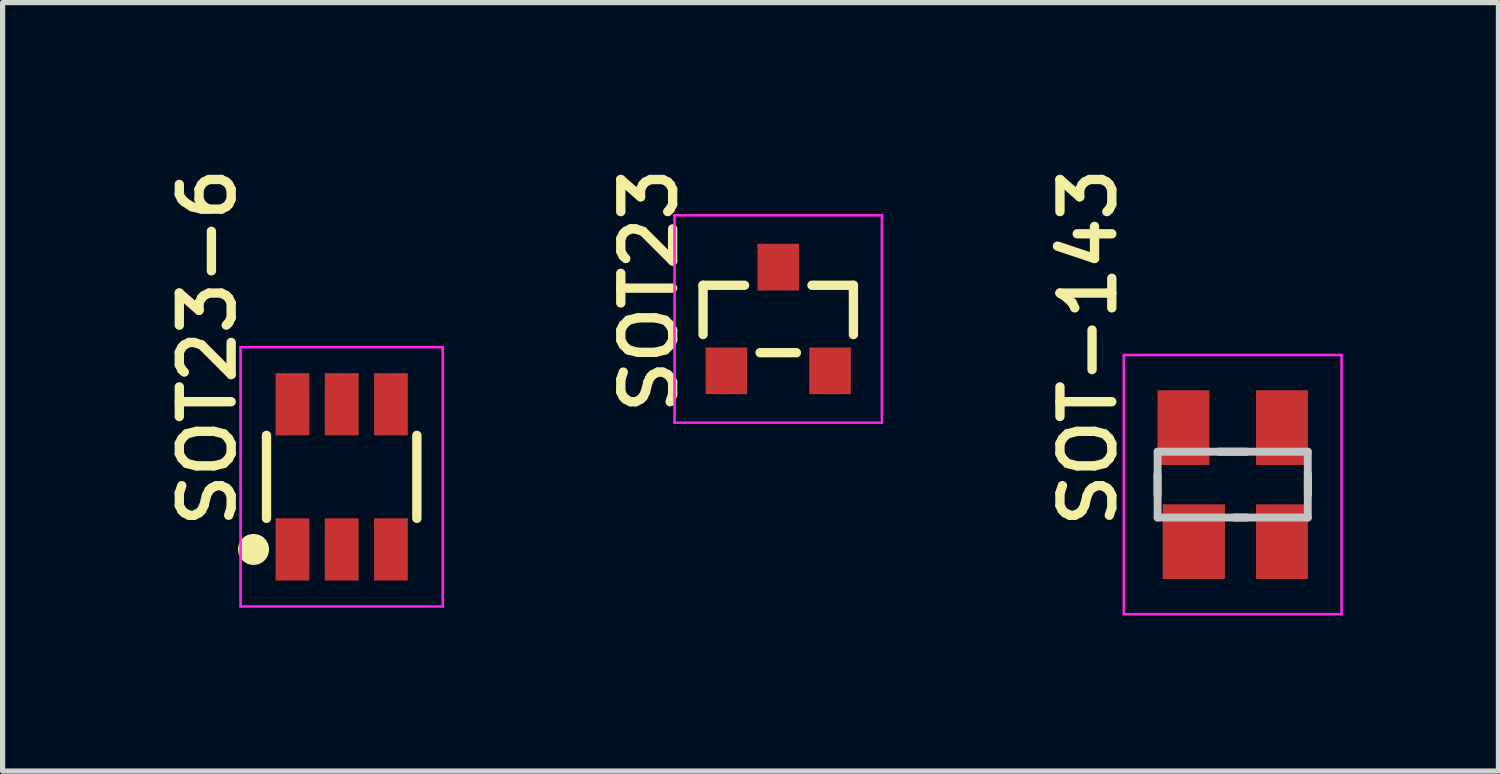
<source format=kicad_pcb>
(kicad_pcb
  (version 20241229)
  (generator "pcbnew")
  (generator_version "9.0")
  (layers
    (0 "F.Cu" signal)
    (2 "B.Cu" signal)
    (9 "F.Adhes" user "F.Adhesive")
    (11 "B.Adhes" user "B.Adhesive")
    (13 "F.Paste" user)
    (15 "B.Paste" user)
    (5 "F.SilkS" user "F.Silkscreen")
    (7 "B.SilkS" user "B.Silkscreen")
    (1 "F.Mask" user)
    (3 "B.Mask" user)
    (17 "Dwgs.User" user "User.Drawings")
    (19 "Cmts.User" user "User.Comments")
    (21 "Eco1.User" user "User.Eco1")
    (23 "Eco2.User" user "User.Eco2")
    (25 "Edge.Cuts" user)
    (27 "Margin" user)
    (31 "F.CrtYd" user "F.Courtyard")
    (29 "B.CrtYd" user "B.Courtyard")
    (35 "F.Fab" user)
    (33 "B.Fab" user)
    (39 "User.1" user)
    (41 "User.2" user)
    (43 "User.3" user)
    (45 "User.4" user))
  (footprint "SOT23"
    (layer "F.Cu")
    (at 11.96 3.102)
    (property "Reference" "SOT23" (at -1.905 1.905 90) (layer "F.SilkS") (effects (font (size 1 1) (thickness 0.18)) (justify left bottom)))
    (attr through_hole)
    (fp_line (start -1.45 -0.65) (end -1.45 0.3) (stroke (width 0.18) (type solid)) (layer "F.SilkS"))
    (fp_line (start -1.45 -0.65) (end -0.65 -0.65) (stroke (width 0.18) (type solid)) (layer "F.SilkS"))
    (fp_line (start -0.35 0.65) (end 0.35 0.65) (stroke (width 0.18) (type solid)) (layer "F.SilkS"))
    (fp_line (start 1.45 -0.65) (end 0.65 -0.65) (stroke (width 0.18) (type solid)) (layer "F.SilkS"))
    (fp_line (start 1.45 -0.65) (end 1.45 0.3) (stroke (width 0.18) (type solid)) (layer "F.SilkS"))
    (fp_line (start -2 -2) (end 2 -2) (stroke (width 0.05) (type solid)) (layer "F.CrtYd"))
    (fp_line (start -2 2) (end -2 -2) (stroke (width 0.05) (type solid)) (layer "F.CrtYd"))
    (fp_line (start 2 -2) (end 2 2) (stroke (width 0.05) (type solid)) (layer "F.CrtYd"))
    (fp_line (start 2 2) (end -2 2) (stroke (width 0.05) (type solid)) (layer "F.CrtYd"))
    (pad "1" smd rect (at -1 1) (size 0.8 0.9) (layers "F.Cu" "F.Mask" "F.Paste"))
    (pad "2" smd rect (at 1 1) (size 0.8 0.9) (layers "F.Cu" "F.Mask" "F.Paste"))
    (pad "3" smd rect (at 0 -1) (size 0.8 0.9) (layers "F.Cu" "F.Mask" "F.Paste")))
  (footprint "SOT-143"
    (layer "F.Cu")
    (at 20.725 6.297)
    (property "Reference" "SOT-143" (at -2.2 0.9 90) (layer "F.SilkS") (effects (font (size 1 1) (thickness 0.18)) (justify left bottom)))
    (attr through_hole)
    (fp_line (start -1.45 -0.2) (end -1.45 0.2) (stroke (width 0.152) (type solid)) (layer "F.SilkS"))
    (fp_line (start -0.265 -0.635) (end 0.265 -0.635) (stroke (width 0.152) (type solid)) (layer "F.SilkS"))
    (fp_line (start 0.035 0.635) (end 0.265 0.635) (stroke (width 0.152) (type solid)) (layer "F.SilkS"))
    (fp_line (start 1.45 -0.2) (end 1.45 0.2) (stroke (width 0.152) (type solid)) (layer "F.SilkS"))
    (fp_line (start -1.448 -0.635) (end 1.448 -0.635) (stroke (width 0.152) (type solid)) (layer "Dwgs.User"))
    (fp_line (start -1.448 0.635) (end -1.448 -0.635) (stroke (width 0.152) (type solid)) (layer "Dwgs.User"))
    (fp_line (start -1.448 0.635) (end 1.448 0.635) (stroke (width 0.152) (type solid)) (layer "Dwgs.User"))
    (fp_line (start 1.448 0.635) (end 1.448 -0.635) (stroke (width 0.152) (type solid)) (layer "Dwgs.User"))
    (fp_line (start -2.1 -2.5) (end 2.1 -2.5) (stroke (width 0.05) (type solid)) (layer "F.CrtYd"))
    (fp_line (start -2.1 2.5) (end -2.1 -2.5) (stroke (width 0.05) (type solid)) (layer "F.CrtYd"))
    (fp_line (start 2.1 -2.5) (end 2.1 2.5) (stroke (width 0.05) (type solid)) (layer "F.CrtYd"))
    (fp_line (start 2.1 2.5) (end -2.1 2.5) (stroke (width 0.05) (type solid)) (layer "F.CrtYd"))
    (pad "1" smd rect (at -0.75 1.1) (size 1.2 1.44) (layers "F.Cu" "F.Mask" "F.Paste"))
    (pad "2" smd rect (at 0.95 1.1) (size 1 1.44) (layers "F.Cu" "F.Mask" "F.Paste"))
    (pad "3" smd rect (at 0.95 -1.1) (size 1 1.44) (layers "F.Cu" "F.Mask" "F.Paste"))
    (pad "4" smd rect (at -0.95 -1.1) (size 1 1.44) (layers "F.Cu" "F.Mask" "F.Paste")))
  (footprint "SOT23-6"
    (layer "F.Cu")
    (at 3.54 6.147)
    (property "Reference" "SOT23-6" (at -2 1.05 90) (layer "F.SilkS") (effects (font (size 1 1) (thickness 0.18)) (justify left bottom)))
    (attr through_hole)
    (fp_line (start -1.45 0.8) (end -1.45 -0.8) (stroke (width 0.18) (type solid)) (layer "F.SilkS"))
    (fp_line (start 1.45 -0.8) (end 1.45 0.8) (stroke (width 0.18) (type solid)) (layer "F.SilkS"))
    (fp_circle (center -1.7 1.4) (end -1.55 1.4) (stroke (width 0.3) (type solid)) (fill no) (layer "F.SilkS"))
    (fp_line (start -1.95 -2.5) (end 1.95 -2.5) (stroke (width 0.05) (type solid)) (layer "F.CrtYd"))
    (fp_line (start -1.95 2.5) (end -1.95 -2.5) (stroke (width 0.05) (type solid)) (layer "F.CrtYd"))
    (fp_line (start 1.95 -2.5) (end 1.95 2.5) (stroke (width 0.05) (type solid)) (layer "F.CrtYd"))
    (fp_line (start 1.95 2.5) (end -1.95 2.5) (stroke (width 0.05) (type solid)) (layer "F.CrtYd"))
    (pad "1" smd rect (at -0.95 1.4) (size 0.65 1.2) (layers "F.Cu" "F.Mask" "F.Paste"))
    (pad "2" smd rect (at 0 1.4) (size 0.65 1.2) (layers "F.Cu" "F.Mask" "F.Paste"))
    (pad "3" smd rect (at 0.95 1.4) (size 0.65 1.2) (layers "F.Cu" "F.Mask" "F.Paste"))
    (pad "4" smd rect (at 0.95 -1.4) (size 0.65 1.2) (layers "F.Cu" "F.Mask" "F.Paste"))
    (pad "5" smd rect (at 0 -1.4) (size 0.65 1.2) (layers "F.Cu" "F.Mask" "F.Paste"))
    (pad "6" smd rect (at -0.95 -1.4) (size 0.65 1.2) (layers "F.Cu" "F.Mask" "F.Paste")))
  (gr_rect
    (start -3 -3)
    (end 25.85 11.822)
    (stroke (width 0.1) (type default))
    (fill no)
    (layer "Edge.Cuts")))
</source>
